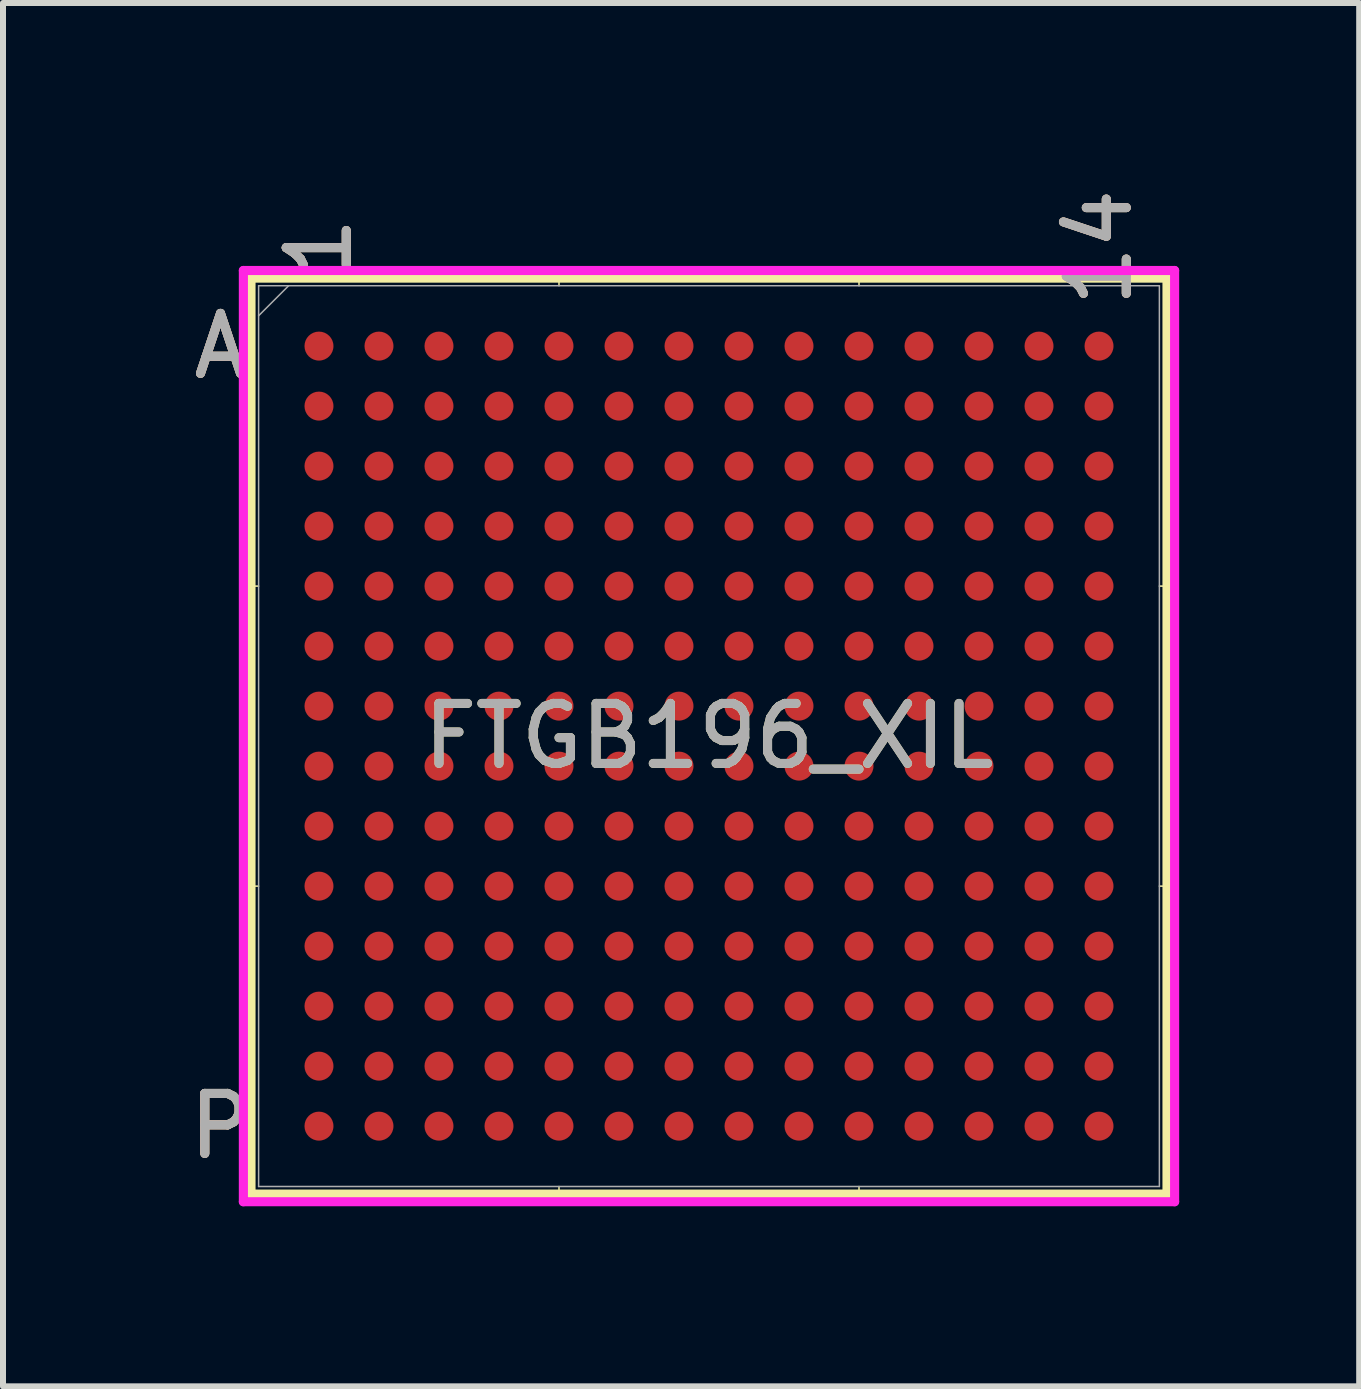
<source format=kicad_pcb>
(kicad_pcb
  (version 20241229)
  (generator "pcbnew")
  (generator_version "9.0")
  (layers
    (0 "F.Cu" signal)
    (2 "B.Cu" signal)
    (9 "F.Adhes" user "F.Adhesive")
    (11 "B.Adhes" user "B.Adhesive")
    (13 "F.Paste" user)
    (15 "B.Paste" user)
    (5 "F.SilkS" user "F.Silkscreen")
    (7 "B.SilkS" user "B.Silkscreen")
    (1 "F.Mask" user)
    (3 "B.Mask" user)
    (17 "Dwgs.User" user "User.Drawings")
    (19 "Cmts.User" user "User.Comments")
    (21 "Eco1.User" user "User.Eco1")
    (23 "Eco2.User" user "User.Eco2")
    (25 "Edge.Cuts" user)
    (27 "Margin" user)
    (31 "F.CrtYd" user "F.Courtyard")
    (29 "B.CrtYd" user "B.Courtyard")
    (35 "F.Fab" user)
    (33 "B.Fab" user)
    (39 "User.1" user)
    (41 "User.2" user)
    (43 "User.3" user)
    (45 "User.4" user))
  (footprint "FTGB196_XIL"
    (layer "F.Cu")
    (at 8.766 9.218)
    (property "Reference" "FTGB196_XIL" (at 0 0 0) (unlocked yes) (layer "F.SilkS") (effects (font (size 1 1) (thickness 0.15))))
    (attr smd)
    (fp_line (start -7.633 -7.633) (end -7.633 7.633) (stroke (width 0.152) (type solid)) (layer "F.SilkS"))
    (fp_line (start -7.633 7.633) (end 7.633 7.633) (stroke (width 0.152) (type solid)) (layer "F.SilkS"))
    (fp_line (start -7.506 -2.5) (end -7.76 -2.5) (stroke (width 0.025) (type solid)) (layer "F.SilkS"))
    (fp_line (start -7.506 2.5) (end -7.76 2.5) (stroke (width 0.025) (type solid)) (layer "F.SilkS"))
    (fp_line (start -2.5 -7.506) (end -2.5 -7.76) (stroke (width 0.025) (type solid)) (layer "F.SilkS"))
    (fp_line (start -2.5 7.506) (end -2.5 7.76) (stroke (width 0.025) (type solid)) (layer "F.SilkS"))
    (fp_line (start 2.5 -7.506) (end 2.5 -7.76) (stroke (width 0.025) (type solid)) (layer "F.SilkS"))
    (fp_line (start 2.5 7.506) (end 2.5 7.76) (stroke (width 0.025) (type solid)) (layer "F.SilkS"))
    (fp_line (start 7.506 -2.5) (end 7.76 -2.5) (stroke (width 0.025) (type solid)) (layer "F.SilkS"))
    (fp_line (start 7.506 2.5) (end 7.76 2.5) (stroke (width 0.025) (type solid)) (layer "F.SilkS"))
    (fp_line (start 7.633 -7.633) (end -7.633 -7.633) (stroke (width 0.152) (type solid)) (layer "F.SilkS"))
    (fp_line (start 7.633 7.633) (end 7.633 -7.633) (stroke (width 0.152) (type solid)) (layer "F.SilkS"))
    (fp_poly (pts (xy -7.508 -7.508) (xy 7.508 -7.508) (xy 7.508 7.508) (xy -7.508 7.508)) (stroke (width 0.1) (type solid)) (fill no) (layer "Eco2.User"))
    (fp_line (start -7.76 -7.76) (end 7.76 -7.76) (stroke (width 0.152) (type solid)) (layer "F.CrtYd"))
    (fp_line (start -7.76 7.76) (end -7.76 -7.76) (stroke (width 0.152) (type solid)) (layer "F.CrtYd"))
    (fp_line (start 7.76 -7.76) (end 7.76 7.76) (stroke (width 0.152) (type solid)) (layer "F.CrtYd"))
    (fp_line (start 7.76 7.76) (end -7.76 7.76) (stroke (width 0.152) (type solid)) (layer "F.CrtYd"))
    (fp_line (start -7.506 -7.506) (end -7.506 7.506) (stroke (width 0.025) (type solid)) (layer "F.Fab"))
    (fp_line (start -7.506 7.506) (end 7.506 7.506) (stroke (width 0.025) (type solid)) (layer "F.Fab"))
    (fp_line (start -7.006 -7.506) (end -7.506 -7.006) (stroke (width 0.025) (type solid)) (layer "F.Fab"))
    (fp_line (start 7.506 -7.506) (end -7.506 -7.506) (stroke (width 0.025) (type solid)) (layer "F.Fab"))
    (fp_line (start 7.506 7.506) (end 7.506 -7.506) (stroke (width 0.025) (type solid)) (layer "F.Fab"))
    (fp_text user "A" (at -8.141 -6.5 0) (unlocked yes) (layer "F.SilkS") (effects (font (size 1 1) (thickness 0.15))))
    (fp_text user "14" (at 6.5 -8.141 90) (unlocked yes) (layer "F.SilkS") (effects (font (size 1 1) (thickness 0.15))))
    (fp_text user "1" (at -6.5 -8.141 90) (unlocked yes) (layer "F.SilkS") (effects (font (size 1 1) (thickness 0.15))))
    (fp_text user "P" (at -8.141 6.5 0) (unlocked yes) (layer "F.SilkS") (effects (font (size 1 1) (thickness 0.15))))
    (fp_text user "1" (at -6.5 -8.141 90) (unlocked yes) (layer "B.SilkS") (effects (font (size 1 1) (thickness 0.15))))
    (fp_text user "14" (at 6.5 -8.141 90) (unlocked yes) (layer "B.SilkS") (effects (font (size 1 1) (thickness 0.15))))
    (fp_text user "P" (at -8.141 6.5 0) (unlocked yes) (layer "B.SilkS") (effects (font (size 1 1) (thickness 0.15))))
    (fp_text user "A" (at -8.141 -6.5 0) (unlocked yes) (layer "B.SilkS") (effects (font (size 1 1) (thickness 0.15))))
    (fp_text user "14" (at 6.5 -8.141 90) (unlocked yes) (layer "F.Fab") (effects (font (size 1 1) (thickness 0.15))))
    (fp_text user "${REFERENCE}" (at 0 0 0) (unlocked yes) (layer "F.Fab") (effects (font (size 1 1) (thickness 0.15))))
    (fp_text user "A" (at -8.141 -6.5 0) (unlocked yes) (layer "F.Fab") (effects (font (size 1 1) (thickness 0.15))))
    (fp_text user "1" (at -6.5 -8.141 90) (unlocked yes) (layer "F.Fab") (effects (font (size 1 1) (thickness 0.15))))
    (fp_text user "P" (at -8.141 6.5 0) (unlocked yes) (layer "F.Fab") (effects (font (size 1 1) (thickness 0.15))))
    (pad "A1" smd circle (at -6.5 -6.5) (size 0.483 0.483) (layers "F.Cu" "F.Mask" "F.Paste"))
    (pad "A2" smd circle (at -5.5 -6.5) (size 0.483 0.483) (layers "F.Cu" "F.Mask" "F.Paste"))
    (pad "A3" smd circle (at -4.5 -6.5) (size 0.483 0.483) (layers "F.Cu" "F.Mask" "F.Paste"))
    (pad "A4" smd circle (at -3.5 -6.5) (size 0.483 0.483) (layers "F.Cu" "F.Mask" "F.Paste"))
    (pad "A5" smd circle (at -2.5 -6.5) (size 0.483 0.483) (layers "F.Cu" "F.Mask" "F.Paste"))
    (pad "A6" smd circle (at -1.5 -6.5) (size 0.483 0.483) (layers "F.Cu" "F.Mask" "F.Paste"))
    (pad "A7" smd circle (at -0.5 -6.5) (size 0.483 0.483) (layers "F.Cu" "F.Mask" "F.Paste"))
    (pad "A8" smd circle (at 0.5 -6.5) (size 0.483 0.483) (layers "F.Cu" "F.Mask" "F.Paste"))
    (pad "A9" smd circle (at 1.5 -6.5) (size 0.483 0.483) (layers "F.Cu" "F.Mask" "F.Paste"))
    (pad "A10" smd circle (at 2.5 -6.5) (size 0.483 0.483) (layers "F.Cu" "F.Mask" "F.Paste"))
    (pad "A11" smd circle (at 3.5 -6.5) (size 0.483 0.483) (layers "F.Cu" "F.Mask" "F.Paste"))
    (pad "A12" smd circle (at 4.5 -6.5) (size 0.483 0.483) (layers "F.Cu" "F.Mask" "F.Paste"))
    (pad "A13" smd circle (at 5.5 -6.5) (size 0.483 0.483) (layers "F.Cu" "F.Mask" "F.Paste"))
    (pad "A14" smd circle (at 6.5 -6.5) (size 0.483 0.483) (layers "F.Cu" "F.Mask" "F.Paste"))
    (pad "B1" smd circle (at -6.5 -5.5) (size 0.483 0.483) (layers "F.Cu" "F.Mask" "F.Paste"))
    (pad "B2" smd circle (at -5.5 -5.5) (size 0.483 0.483) (layers "F.Cu" "F.Mask" "F.Paste"))
    (pad "B3" smd circle (at -4.5 -5.5) (size 0.483 0.483) (layers "F.Cu" "F.Mask" "F.Paste"))
    (pad "B4" smd circle (at -3.5 -5.5) (size 0.483 0.483) (layers "F.Cu" "F.Mask" "F.Paste"))
    (pad "B5" smd circle (at -2.5 -5.5) (size 0.483 0.483) (layers "F.Cu" "F.Mask" "F.Paste"))
    (pad "B6" smd circle (at -1.5 -5.5) (size 0.483 0.483) (layers "F.Cu" "F.Mask" "F.Paste"))
    (pad "B7" smd circle (at -0.5 -5.5) (size 0.483 0.483) (layers "F.Cu" "F.Mask" "F.Paste"))
    (pad "B8" smd circle (at 0.5 -5.5) (size 0.483 0.483) (layers "F.Cu" "F.Mask" "F.Paste"))
    (pad "B9" smd circle (at 1.5 -5.5) (size 0.483 0.483) (layers "F.Cu" "F.Mask" "F.Paste"))
    (pad "B10" smd circle (at 2.5 -5.5) (size 0.483 0.483) (layers "F.Cu" "F.Mask" "F.Paste"))
    (pad "B11" smd circle (at 3.5 -5.5) (size 0.483 0.483) (layers "F.Cu" "F.Mask" "F.Paste"))
    (pad "B12" smd circle (at 4.5 -5.5) (size 0.483 0.483) (layers "F.Cu" "F.Mask" "F.Paste"))
    (pad "B13" smd circle (at 5.5 -5.5) (size 0.483 0.483) (layers "F.Cu" "F.Mask" "F.Paste"))
    (pad "B14" smd circle (at 6.5 -5.5) (size 0.483 0.483) (layers "F.Cu" "F.Mask" "F.Paste"))
    (pad "C1" smd circle (at -6.5 -4.5) (size 0.483 0.483) (layers "F.Cu" "F.Mask" "F.Paste"))
    (pad "C2" smd circle (at -5.5 -4.5) (size 0.483 0.483) (layers "F.Cu" "F.Mask" "F.Paste"))
    (pad "C3" smd circle (at -4.5 -4.5) (size 0.483 0.483) (layers "F.Cu" "F.Mask" "F.Paste"))
    (pad "C4" smd circle (at -3.5 -4.5) (size 0.483 0.483) (layers "F.Cu" "F.Mask" "F.Paste"))
    (pad "C5" smd circle (at -2.5 -4.5) (size 0.483 0.483) (layers "F.Cu" "F.Mask" "F.Paste"))
    (pad "C6" smd circle (at -1.5 -4.5) (size 0.483 0.483) (layers "F.Cu" "F.Mask" "F.Paste"))
    (pad "C7" smd circle (at -0.5 -4.5) (size 0.483 0.483) (layers "F.Cu" "F.Mask" "F.Paste"))
    (pad "C8" smd circle (at 0.5 -4.5) (size 0.483 0.483) (layers "F.Cu" "F.Mask" "F.Paste"))
    (pad "C9" smd circle (at 1.5 -4.5) (size 0.483 0.483) (layers "F.Cu" "F.Mask" "F.Paste"))
    (pad "C10" smd circle (at 2.5 -4.5) (size 0.483 0.483) (layers "F.Cu" "F.Mask" "F.Paste"))
    (pad "C11" smd circle (at 3.5 -4.5) (size 0.483 0.483) (layers "F.Cu" "F.Mask" "F.Paste"))
    (pad "C12" smd circle (at 4.5 -4.5) (size 0.483 0.483) (layers "F.Cu" "F.Mask" "F.Paste"))
    (pad "C13" smd circle (at 5.5 -4.5) (size 0.483 0.483) (layers "F.Cu" "F.Mask" "F.Paste"))
    (pad "C14" smd circle (at 6.5 -4.5) (size 0.483 0.483) (layers "F.Cu" "F.Mask" "F.Paste"))
    (pad "D1" smd circle (at -6.5 -3.5) (size 0.483 0.483) (layers "F.Cu" "F.Mask" "F.Paste"))
    (pad "D2" smd circle (at -5.5 -3.5) (size 0.483 0.483) (layers "F.Cu" "F.Mask" "F.Paste"))
    (pad "D3" smd circle (at -4.5 -3.5) (size 0.483 0.483) (layers "F.Cu" "F.Mask" "F.Paste"))
    (pad "D4" smd circle (at -3.5 -3.5) (size 0.483 0.483) (layers "F.Cu" "F.Mask" "F.Paste"))
    (pad "D5" smd circle (at -2.5 -3.5) (size 0.483 0.483) (layers "F.Cu" "F.Mask" "F.Paste"))
    (pad "D6" smd circle (at -1.5 -3.5) (size 0.483 0.483) (layers "F.Cu" "F.Mask" "F.Paste"))
    (pad "D7" smd circle (at -0.5 -3.5) (size 0.483 0.483) (layers "F.Cu" "F.Mask" "F.Paste"))
    (pad "D8" smd circle (at 0.5 -3.5) (size 0.483 0.483) (layers "F.Cu" "F.Mask" "F.Paste"))
    (pad "D9" smd circle (at 1.5 -3.5) (size 0.483 0.483) (layers "F.Cu" "F.Mask" "F.Paste"))
    (pad "D10" smd circle (at 2.5 -3.5) (size 0.483 0.483) (layers "F.Cu" "F.Mask" "F.Paste"))
    (pad "D11" smd circle (at 3.5 -3.5) (size 0.483 0.483) (layers "F.Cu" "F.Mask" "F.Paste"))
    (pad "D12" smd circle (at 4.5 -3.5) (size 0.483 0.483) (layers "F.Cu" "F.Mask" "F.Paste"))
    (pad "D13" smd circle (at 5.5 -3.5) (size 0.483 0.483) (layers "F.Cu" "F.Mask" "F.Paste"))
    (pad "D14" smd circle (at 6.5 -3.5) (size 0.483 0.483) (layers "F.Cu" "F.Mask" "F.Paste"))
    (pad "E1" smd circle (at -6.5 -2.5) (size 0.483 0.483) (layers "F.Cu" "F.Mask" "F.Paste"))
    (pad "E2" smd circle (at -5.5 -2.5) (size 0.483 0.483) (layers "F.Cu" "F.Mask" "F.Paste"))
    (pad "E3" smd circle (at -4.5 -2.5) (size 0.483 0.483) (layers "F.Cu" "F.Mask" "F.Paste"))
    (pad "E4" smd circle (at -3.5 -2.5) (size 0.483 0.483) (layers "F.Cu" "F.Mask" "F.Paste"))
    (pad "E5" smd circle (at -2.5 -2.5) (size 0.483 0.483) (layers "F.Cu" "F.Mask" "F.Paste"))
    (pad "E6" smd circle (at -1.5 -2.5) (size 0.483 0.483) (layers "F.Cu" "F.Mask" "F.Paste"))
    (pad "E7" smd circle (at -0.5 -2.5) (size 0.483 0.483) (layers "F.Cu" "F.Mask" "F.Paste"))
    (pad "E8" smd circle (at 0.5 -2.5) (size 0.483 0.483) (layers "F.Cu" "F.Mask" "F.Paste"))
    (pad "E9" smd circle (at 1.5 -2.5) (size 0.483 0.483) (layers "F.Cu" "F.Mask" "F.Paste"))
    (pad "E10" smd circle (at 2.5 -2.5) (size 0.483 0.483) (layers "F.Cu" "F.Mask" "F.Paste"))
    (pad "E11" smd circle (at 3.5 -2.5) (size 0.483 0.483) (layers "F.Cu" "F.Mask" "F.Paste"))
    (pad "E12" smd circle (at 4.5 -2.5) (size 0.483 0.483) (layers "F.Cu" "F.Mask" "F.Paste"))
    (pad "E13" smd circle (at 5.5 -2.5) (size 0.483 0.483) (layers "F.Cu" "F.Mask" "F.Paste"))
    (pad "E14" smd circle (at 6.5 -2.5) (size 0.483 0.483) (layers "F.Cu" "F.Mask" "F.Paste"))
    (pad "F1" smd circle (at -6.5 -1.5) (size 0.483 0.483) (layers "F.Cu" "F.Mask" "F.Paste"))
    (pad "F2" smd circle (at -5.5 -1.5) (size 0.483 0.483) (layers "F.Cu" "F.Mask" "F.Paste"))
    (pad "F3" smd circle (at -4.5 -1.5) (size 0.483 0.483) (layers "F.Cu" "F.Mask" "F.Paste"))
    (pad "F4" smd circle (at -3.5 -1.5) (size 0.483 0.483) (layers "F.Cu" "F.Mask" "F.Paste"))
    (pad "F5" smd circle (at -2.5 -1.5) (size 0.483 0.483) (layers "F.Cu" "F.Mask" "F.Paste"))
    (pad "F6" smd circle (at -1.5 -1.5) (size 0.483 0.483) (layers "F.Cu" "F.Mask" "F.Paste"))
    (pad "F7" smd circle (at -0.5 -1.5) (size 0.483 0.483) (layers "F.Cu" "F.Mask" "F.Paste"))
    (pad "F8" smd circle (at 0.5 -1.5) (size 0.483 0.483) (layers "F.Cu" "F.Mask" "F.Paste"))
    (pad "F9" smd circle (at 1.5 -1.5) (size 0.483 0.483) (layers "F.Cu" "F.Mask" "F.Paste"))
    (pad "F10" smd circle (at 2.5 -1.5) (size 0.483 0.483) (layers "F.Cu" "F.Mask" "F.Paste"))
    (pad "F11" smd circle (at 3.5 -1.5) (size 0.483 0.483) (layers "F.Cu" "F.Mask" "F.Paste"))
    (pad "F12" smd circle (at 4.5 -1.5) (size 0.483 0.483) (layers "F.Cu" "F.Mask" "F.Paste"))
    (pad "F13" smd circle (at 5.5 -1.5) (size 0.483 0.483) (layers "F.Cu" "F.Mask" "F.Paste"))
    (pad "F14" smd circle (at 6.5 -1.5) (size 0.483 0.483) (layers "F.Cu" "F.Mask" "F.Paste"))
    (pad "G1" smd circle (at -6.5 -0.5) (size 0.483 0.483) (layers "F.Cu" "F.Mask" "F.Paste"))
    (pad "G2" smd circle (at -5.5 -0.5) (size 0.483 0.483) (layers "F.Cu" "F.Mask" "F.Paste"))
    (pad "G3" smd circle (at -4.5 -0.5) (size 0.483 0.483) (layers "F.Cu" "F.Mask" "F.Paste"))
    (pad "G4" smd circle (at -3.5 -0.5) (size 0.483 0.483) (layers "F.Cu" "F.Mask" "F.Paste"))
    (pad "G5" smd circle (at -2.5 -0.5) (size 0.483 0.483) (layers "F.Cu" "F.Mask" "F.Paste"))
    (pad "G6" smd circle (at -1.5 -0.5) (size 0.483 0.483) (layers "F.Cu" "F.Mask" "F.Paste"))
    (pad "G7" smd circle (at -0.5 -0.5) (size 0.483 0.483) (layers "F.Cu" "F.Mask" "F.Paste"))
    (pad "G8" smd circle (at 0.5 -0.5) (size 0.483 0.483) (layers "F.Cu" "F.Mask" "F.Paste"))
    (pad "G9" smd circle (at 1.5 -0.5) (size 0.483 0.483) (layers "F.Cu" "F.Mask" "F.Paste"))
    (pad "G10" smd circle (at 2.5 -0.5) (size 0.483 0.483) (layers "F.Cu" "F.Mask" "F.Paste"))
    (pad "G11" smd circle (at 3.5 -0.5) (size 0.483 0.483) (layers "F.Cu" "F.Mask" "F.Paste"))
    (pad "G12" smd circle (at 4.5 -0.5) (size 0.483 0.483) (layers "F.Cu" "F.Mask" "F.Paste"))
    (pad "G13" smd circle (at 5.5 -0.5) (size 0.483 0.483) (layers "F.Cu" "F.Mask" "F.Paste"))
    (pad "G14" smd circle (at 6.5 -0.5) (size 0.483 0.483) (layers "F.Cu" "F.Mask" "F.Paste"))
    (pad "H1" smd circle (at -6.5 0.5) (size 0.483 0.483) (layers "F.Cu" "F.Mask" "F.Paste"))
    (pad "H2" smd circle (at -5.5 0.5) (size 0.483 0.483) (layers "F.Cu" "F.Mask" "F.Paste"))
    (pad "H3" smd circle (at -4.5 0.5) (size 0.483 0.483) (layers "F.Cu" "F.Mask" "F.Paste"))
    (pad "H4" smd circle (at -3.5 0.5) (size 0.483 0.483) (layers "F.Cu" "F.Mask" "F.Paste"))
    (pad "H5" smd circle (at -2.5 0.5) (size 0.483 0.483) (layers "F.Cu" "F.Mask" "F.Paste"))
    (pad "H6" smd circle (at -1.5 0.5) (size 0.483 0.483) (layers "F.Cu" "F.Mask" "F.Paste"))
    (pad "H7" smd circle (at -0.5 0.5) (size 0.483 0.483) (layers "F.Cu" "F.Mask" "F.Paste"))
    (pad "H8" smd circle (at 0.5 0.5) (size 0.483 0.483) (layers "F.Cu" "F.Mask" "F.Paste"))
    (pad "H9" smd circle (at 1.5 0.5) (size 0.483 0.483) (layers "F.Cu" "F.Mask" "F.Paste"))
    (pad "H10" smd circle (at 2.5 0.5) (size 0.483 0.483) (layers "F.Cu" "F.Mask" "F.Paste"))
    (pad "H11" smd circle (at 3.5 0.5) (size 0.483 0.483) (layers "F.Cu" "F.Mask" "F.Paste"))
    (pad "H12" smd circle (at 4.5 0.5) (size 0.483 0.483) (layers "F.Cu" "F.Mask" "F.Paste"))
    (pad "H13" smd circle (at 5.5 0.5) (size 0.483 0.483) (layers "F.Cu" "F.Mask" "F.Paste"))
    (pad "H14" smd circle (at 6.5 0.5) (size 0.483 0.483) (layers "F.Cu" "F.Mask" "F.Paste"))
    (pad "J1" smd circle (at -6.5 1.5) (size 0.483 0.483) (layers "F.Cu" "F.Mask" "F.Paste"))
    (pad "J2" smd circle (at -5.5 1.5) (size 0.483 0.483) (layers "F.Cu" "F.Mask" "F.Paste"))
    (pad "J3" smd circle (at -4.5 1.5) (size 0.483 0.483) (layers "F.Cu" "F.Mask" "F.Paste"))
    (pad "J4" smd circle (at -3.5 1.5) (size 0.483 0.483) (layers "F.Cu" "F.Mask" "F.Paste"))
    (pad "J5" smd circle (at -2.5 1.5) (size 0.483 0.483) (layers "F.Cu" "F.Mask" "F.Paste"))
    (pad "J6" smd circle (at -1.5 1.5) (size 0.483 0.483) (layers "F.Cu" "F.Mask" "F.Paste"))
    (pad "J7" smd circle (at -0.5 1.5) (size 0.483 0.483) (layers "F.Cu" "F.Mask" "F.Paste"))
    (pad "J8" smd circle (at 0.5 1.5) (size 0.483 0.483) (layers "F.Cu" "F.Mask" "F.Paste"))
    (pad "J9" smd circle (at 1.5 1.5) (size 0.483 0.483) (layers "F.Cu" "F.Mask" "F.Paste"))
    (pad "J10" smd circle (at 2.5 1.5) (size 0.483 0.483) (layers "F.Cu" "F.Mask" "F.Paste"))
    (pad "J11" smd circle (at 3.5 1.5) (size 0.483 0.483) (layers "F.Cu" "F.Mask" "F.Paste"))
    (pad "J12" smd circle (at 4.5 1.5) (size 0.483 0.483) (layers "F.Cu" "F.Mask" "F.Paste"))
    (pad "J13" smd circle (at 5.5 1.5) (size 0.483 0.483) (layers "F.Cu" "F.Mask" "F.Paste"))
    (pad "J14" smd circle (at 6.5 1.5) (size 0.483 0.483) (layers "F.Cu" "F.Mask" "F.Paste"))
    (pad "K1" smd circle (at -6.5 2.5) (size 0.483 0.483) (layers "F.Cu" "F.Mask" "F.Paste"))
    (pad "K2" smd circle (at -5.5 2.5) (size 0.483 0.483) (layers "F.Cu" "F.Mask" "F.Paste"))
    (pad "K3" smd circle (at -4.5 2.5) (size 0.483 0.483) (layers "F.Cu" "F.Mask" "F.Paste"))
    (pad "K4" smd circle (at -3.5 2.5) (size 0.483 0.483) (layers "F.Cu" "F.Mask" "F.Paste"))
    (pad "K5" smd circle (at -2.5 2.5) (size 0.483 0.483) (layers "F.Cu" "F.Mask" "F.Paste"))
    (pad "K6" smd circle (at -1.5 2.5) (size 0.483 0.483) (layers "F.Cu" "F.Mask" "F.Paste"))
    (pad "K7" smd circle (at -0.5 2.5) (size 0.483 0.483) (layers "F.Cu" "F.Mask" "F.Paste"))
    (pad "K8" smd circle (at 0.5 2.5) (size 0.483 0.483) (layers "F.Cu" "F.Mask" "F.Paste"))
    (pad "K9" smd circle (at 1.5 2.5) (size 0.483 0.483) (layers "F.Cu" "F.Mask" "F.Paste"))
    (pad "K10" smd circle (at 2.5 2.5) (size 0.483 0.483) (layers "F.Cu" "F.Mask" "F.Paste"))
    (pad "K11" smd circle (at 3.5 2.5) (size 0.483 0.483) (layers "F.Cu" "F.Mask" "F.Paste"))
    (pad "K12" smd circle (at 4.5 2.5) (size 0.483 0.483) (layers "F.Cu" "F.Mask" "F.Paste"))
    (pad "K13" smd circle (at 5.5 2.5) (size 0.483 0.483) (layers "F.Cu" "F.Mask" "F.Paste"))
    (pad "K14" smd circle (at 6.5 2.5) (size 0.483 0.483) (layers "F.Cu" "F.Mask" "F.Paste"))
    (pad "L1" smd circle (at -6.5 3.5) (size 0.483 0.483) (layers "F.Cu" "F.Mask" "F.Paste"))
    (pad "L2" smd circle (at -5.5 3.5) (size 0.483 0.483) (layers "F.Cu" "F.Mask" "F.Paste"))
    (pad "L3" smd circle (at -4.5 3.5) (size 0.483 0.483) (layers "F.Cu" "F.Mask" "F.Paste"))
    (pad "L4" smd circle (at -3.5 3.5) (size 0.483 0.483) (layers "F.Cu" "F.Mask" "F.Paste"))
    (pad "L5" smd circle (at -2.5 3.5) (size 0.483 0.483) (layers "F.Cu" "F.Mask" "F.Paste"))
    (pad "L6" smd circle (at -1.5 3.5) (size 0.483 0.483) (layers "F.Cu" "F.Mask" "F.Paste"))
    (pad "L7" smd circle (at -0.5 3.5) (size 0.483 0.483) (layers "F.Cu" "F.Mask" "F.Paste"))
    (pad "L8" smd circle (at 0.5 3.5) (size 0.483 0.483) (layers "F.Cu" "F.Mask" "F.Paste"))
    (pad "L9" smd circle (at 1.5 3.5) (size 0.483 0.483) (layers "F.Cu" "F.Mask" "F.Paste"))
    (pad "L10" smd circle (at 2.5 3.5) (size 0.483 0.483) (layers "F.Cu" "F.Mask" "F.Paste"))
    (pad "L11" smd circle (at 3.5 3.5) (size 0.483 0.483) (layers "F.Cu" "F.Mask" "F.Paste"))
    (pad "L12" smd circle (at 4.5 3.5) (size 0.483 0.483) (layers "F.Cu" "F.Mask" "F.Paste"))
    (pad "L13" smd circle (at 5.5 3.5) (size 0.483 0.483) (layers "F.Cu" "F.Mask" "F.Paste"))
    (pad "L14" smd circle (at 6.5 3.5) (size 0.483 0.483) (layers "F.Cu" "F.Mask" "F.Paste"))
    (pad "M1" smd circle (at -6.5 4.5) (size 0.483 0.483) (layers "F.Cu" "F.Mask" "F.Paste"))
    (pad "M2" smd circle (at -5.5 4.5) (size 0.483 0.483) (layers "F.Cu" "F.Mask" "F.Paste"))
    (pad "M3" smd circle (at -4.5 4.5) (size 0.483 0.483) (layers "F.Cu" "F.Mask" "F.Paste"))
    (pad "M4" smd circle (at -3.5 4.5) (size 0.483 0.483) (layers "F.Cu" "F.Mask" "F.Paste"))
    (pad "M5" smd circle (at -2.5 4.5) (size 0.483 0.483) (layers "F.Cu" "F.Mask" "F.Paste"))
    (pad "M6" smd circle (at -1.5 4.5) (size 0.483 0.483) (layers "F.Cu" "F.Mask" "F.Paste"))
    (pad "M7" smd circle (at -0.5 4.5) (size 0.483 0.483) (layers "F.Cu" "F.Mask" "F.Paste"))
    (pad "M8" smd circle (at 0.5 4.5) (size 0.483 0.483) (layers "F.Cu" "F.Mask" "F.Paste"))
    (pad "M9" smd circle (at 1.5 4.5) (size 0.483 0.483) (layers "F.Cu" "F.Mask" "F.Paste"))
    (pad "M10" smd circle (at 2.5 4.5) (size 0.483 0.483) (layers "F.Cu" "F.Mask" "F.Paste"))
    (pad "M11" smd circle (at 3.5 4.5) (size 0.483 0.483) (layers "F.Cu" "F.Mask" "F.Paste"))
    (pad "M12" smd circle (at 4.5 4.5) (size 0.483 0.483) (layers "F.Cu" "F.Mask" "F.Paste"))
    (pad "M13" smd circle (at 5.5 4.5) (size 0.483 0.483) (layers "F.Cu" "F.Mask" "F.Paste"))
    (pad "M14" smd circle (at 6.5 4.5) (size 0.483 0.483) (layers "F.Cu" "F.Mask" "F.Paste"))
    (pad "N1" smd circle (at -6.5 5.5) (size 0.483 0.483) (layers "F.Cu" "F.Mask" "F.Paste"))
    (pad "N2" smd circle (at -5.5 5.5) (size 0.483 0.483) (layers "F.Cu" "F.Mask" "F.Paste"))
    (pad "N3" smd circle (at -4.5 5.5) (size 0.483 0.483) (layers "F.Cu" "F.Mask" "F.Paste"))
    (pad "N4" smd circle (at -3.5 5.5) (size 0.483 0.483) (layers "F.Cu" "F.Mask" "F.Paste"))
    (pad "N5" smd circle (at -2.5 5.5) (size 0.483 0.483) (layers "F.Cu" "F.Mask" "F.Paste"))
    (pad "N6" smd circle (at -1.5 5.5) (size 0.483 0.483) (layers "F.Cu" "F.Mask" "F.Paste"))
    (pad "N7" smd circle (at -0.5 5.5) (size 0.483 0.483) (layers "F.Cu" "F.Mask" "F.Paste"))
    (pad "N8" smd circle (at 0.5 5.5) (size 0.483 0.483) (layers "F.Cu" "F.Mask" "F.Paste"))
    (pad "N9" smd circle (at 1.5 5.5) (size 0.483 0.483) (layers "F.Cu" "F.Mask" "F.Paste"))
    (pad "N10" smd circle (at 2.5 5.5) (size 0.483 0.483) (layers "F.Cu" "F.Mask" "F.Paste"))
    (pad "N11" smd circle (at 3.5 5.5) (size 0.483 0.483) (layers "F.Cu" "F.Mask" "F.Paste"))
    (pad "N12" smd circle (at 4.5 5.5) (size 0.483 0.483) (layers "F.Cu" "F.Mask" "F.Paste"))
    (pad "N13" smd circle (at 5.5 5.5) (size 0.483 0.483) (layers "F.Cu" "F.Mask" "F.Paste"))
    (pad "N14" smd circle (at 6.5 5.5) (size 0.483 0.483) (layers "F.Cu" "F.Mask" "F.Paste"))
    (pad "P1" smd circle (at -6.5 6.5) (size 0.483 0.483) (layers "F.Cu" "F.Mask" "F.Paste"))
    (pad "P2" smd circle (at -5.5 6.5) (size 0.483 0.483) (layers "F.Cu" "F.Mask" "F.Paste"))
    (pad "P3" smd circle (at -4.5 6.5) (size 0.483 0.483) (layers "F.Cu" "F.Mask" "F.Paste"))
    (pad "P4" smd circle (at -3.5 6.5) (size 0.483 0.483) (layers "F.Cu" "F.Mask" "F.Paste"))
    (pad "P5" smd circle (at -2.5 6.5) (size 0.483 0.483) (layers "F.Cu" "F.Mask" "F.Paste"))
    (pad "P6" smd circle (at -1.5 6.5) (size 0.483 0.483) (layers "F.Cu" "F.Mask" "F.Paste"))
    (pad "P7" smd circle (at -0.5 6.5) (size 0.483 0.483) (layers "F.Cu" "F.Mask" "F.Paste"))
    (pad "P8" smd circle (at 0.5 6.5) (size 0.483 0.483) (layers "F.Cu" "F.Mask" "F.Paste"))
    (pad "P9" smd circle (at 1.5 6.5) (size 0.483 0.483) (layers "F.Cu" "F.Mask" "F.Paste"))
    (pad "P10" smd circle (at 2.5 6.5) (size 0.483 0.483) (layers "F.Cu" "F.Mask" "F.Paste"))
    (pad "P11" smd circle (at 3.5 6.5) (size 0.483 0.483) (layers "F.Cu" "F.Mask" "F.Paste"))
    (pad "P12" smd circle (at 4.5 6.5) (size 0.483 0.483) (layers "F.Cu" "F.Mask" "F.Paste"))
    (pad "P13" smd circle (at 5.5 6.5) (size 0.483 0.483) (layers "F.Cu" "F.Mask" "F.Paste"))
    (pad "P14" smd circle (at 6.5 6.5) (size 0.483 0.483) (layers "F.Cu" "F.Mask" "F.Paste")))
  (gr_rect
    (start -3 -3)
    (end 19.602 20.054)
    (stroke (width 0.1) (type default))
    (fill no)
    (layer "Edge.Cuts")))
</source>
